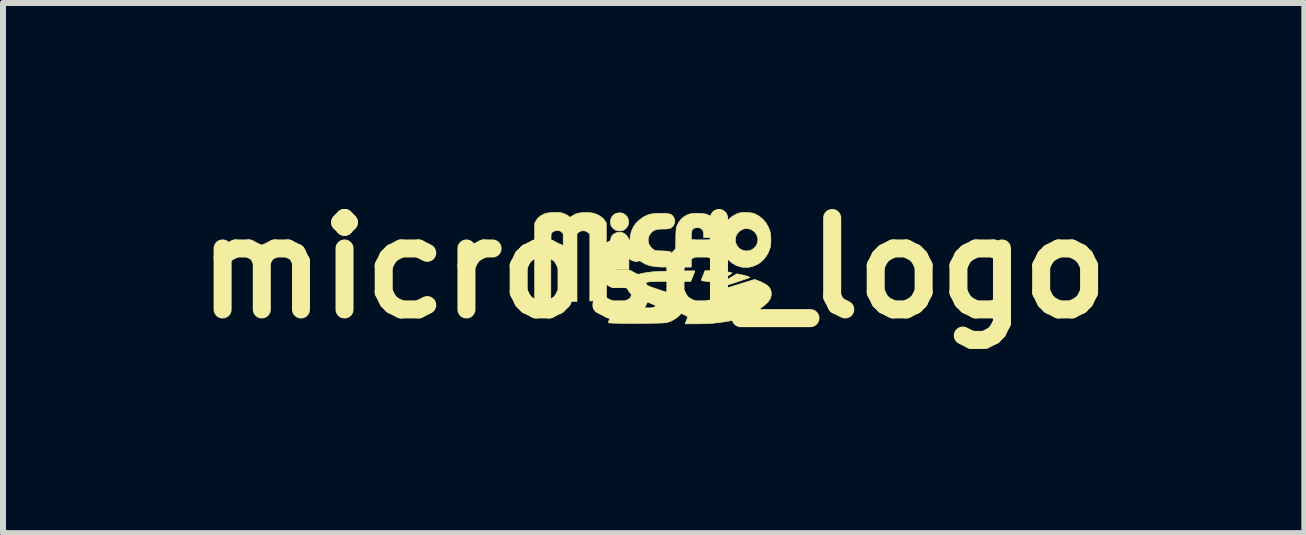
<source format=kicad_pcb>
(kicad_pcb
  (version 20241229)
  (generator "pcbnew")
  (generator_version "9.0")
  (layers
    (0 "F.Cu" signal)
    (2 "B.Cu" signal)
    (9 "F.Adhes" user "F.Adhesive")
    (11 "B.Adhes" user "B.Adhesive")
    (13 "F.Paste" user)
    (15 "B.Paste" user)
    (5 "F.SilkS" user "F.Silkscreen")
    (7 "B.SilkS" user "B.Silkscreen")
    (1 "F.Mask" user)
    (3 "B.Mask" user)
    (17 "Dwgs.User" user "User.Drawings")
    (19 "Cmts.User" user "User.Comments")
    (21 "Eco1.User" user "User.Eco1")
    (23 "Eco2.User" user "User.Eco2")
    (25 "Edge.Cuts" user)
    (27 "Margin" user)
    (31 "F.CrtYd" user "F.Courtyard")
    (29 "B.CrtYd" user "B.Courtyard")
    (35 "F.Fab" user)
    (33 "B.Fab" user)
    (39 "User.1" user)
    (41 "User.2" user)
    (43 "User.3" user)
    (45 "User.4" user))
  (footprint "microsd_logo"
    (layer "F.Cu")
    (at 7.845 1.418)
    (property "Reference" "microsd_logo" (at 0 0 0) (layer "F.SilkS") (effects (font (size 1.524 1.524) (thickness 0.3))))
    (attr through_hole)
    (fp_poly (pts (xy -0.533 -0.594) (xy -0.491 -0.578) (xy -0.456 -0.549) (xy -0.436 -0.523) (xy -0.417 -0.488) (xy -0.414 -0.232) (xy -0.412 0.024) (xy -0.722 0.024) (xy -0.722 -0.228) (xy -0.722 -0.305) (xy -0.721 -0.367) (xy -0.72 -0.417) (xy -0.718 -0.456) (xy -0.714 -0.487) (xy -0.709 -0.51) (xy -0.702 -0.528) (xy -0.693 -0.542) (xy -0.681 -0.553) (xy -0.666 -0.565) (xy -0.666 -0.566) (xy -0.623 -0.589) (xy -0.578 -0.598) (xy -0.533 -0.594)) (stroke (width 0.01) (type solid)) (fill yes) (layer "F.SilkS"))
    (fp_poly (pts (xy -0.531 -0.917) (xy -0.496 -0.905) (xy -0.466 -0.883) (xy -0.466 -0.883) (xy -0.437 -0.848) (xy -0.422 -0.809) (xy -0.418 -0.77) (xy -0.423 -0.724) (xy -0.441 -0.686) (xy -0.466 -0.657) (xy -0.503 -0.632) (xy -0.547 -0.619) (xy -0.593 -0.62) (xy -0.638 -0.634) (xy -0.652 -0.642) (xy -0.687 -0.672) (xy -0.71 -0.708) (xy -0.72 -0.748) (xy -0.72 -0.789) (xy -0.71 -0.828) (xy -0.69 -0.864) (xy -0.661 -0.893) (xy -0.624 -0.912) (xy -0.58 -0.921) (xy -0.574 -0.921) (xy -0.531 -0.917)) (stroke (width 0.01) (type solid)) (fill yes) (layer "F.SilkS"))
    (fp_poly (pts (xy 1.461 0.111) (xy 1.503 0.12) (xy 1.541 0.13) (xy 1.573 0.14) (xy 1.594 0.15) (xy 1.603 0.157) (xy 1.603 0.158) (xy 1.596 0.161) (xy 1.576 0.168) (xy 1.546 0.179) (xy 1.507 0.192) (xy 1.462 0.207) (xy 1.414 0.223) (xy 1.364 0.24) (xy 1.315 0.256) (xy 1.27 0.27) (xy 1.23 0.283) (xy 1.198 0.293) (xy 1.176 0.299) (xy 1.167 0.301) (xy 1.167 0.301) (xy 1.158 0.297) (xy 1.14 0.29) (xy 1.133 0.287) (xy 1.115 0.278) (xy 1.104 0.271) (xy 1.103 0.27) (xy 1.11 0.265) (xy 1.128 0.253) (xy 1.156 0.235) (xy 1.191 0.213) (xy 1.232 0.189) (xy 1.245 0.181) (xy 1.386 0.096) (xy 1.461 0.111)) (stroke (width 0.01) (type solid)) (fill yes) (layer "F.SilkS"))
    (fp_poly (pts (xy 0.986 0.045) (xy 1.034 0.046) (xy 1.085 0.049) (xy 1.136 0.053) (xy 1.184 0.058) (xy 1.228 0.063) (xy 1.264 0.069) (xy 1.29 0.075) (xy 1.304 0.08) (xy 1.305 0.082) (xy 1.299 0.088) (xy 1.282 0.101) (xy 1.256 0.119) (xy 1.224 0.14) (xy 1.189 0.163) (xy 1.153 0.187) (xy 1.118 0.209) (xy 1.086 0.228) (xy 1.062 0.243) (xy 1.046 0.252) (xy 1.042 0.253) (xy 1.032 0.251) (xy 1.01 0.246) (xy 0.982 0.24) (xy 0.972 0.237) (xy 0.932 0.229) (xy 0.889 0.222) (xy 0.851 0.218) (xy 0.818 0.213) (xy 0.799 0.208) (xy 0.794 0.203) (xy 0.797 0.191) (xy 0.805 0.17) (xy 0.816 0.14) (xy 0.825 0.118) (xy 0.856 0.044) (xy 0.986 0.045)) (stroke (width 0.01) (type solid)) (fill yes) (layer "F.SilkS"))
    (fp_poly (pts (xy 1.721 0.203) (xy 1.793 0.232) (xy 1.85 0.261) (xy 1.894 0.29) (xy 1.925 0.32) (xy 1.946 0.354) (xy 1.958 0.391) (xy 1.961 0.429) (xy 1.957 0.467) (xy 1.947 0.503) (xy 1.927 0.538) (xy 1.897 0.574) (xy 1.856 0.612) (xy 1.802 0.655) (xy 1.795 0.661) (xy 1.731 0.707) (xy 1.673 0.746) (xy 1.616 0.778) (xy 1.559 0.805) (xy 1.499 0.827) (xy 1.432 0.846) (xy 1.356 0.864) (xy 1.267 0.881) (xy 1.246 0.885) (xy 1.151 0.9) (xy 1.066 0.911) (xy 0.985 0.92) (xy 0.902 0.925) (xy 0.814 0.928) (xy 0.72 0.929) (xy 0.524 0.929) (xy 0.536 0.899) (xy 0.542 0.882) (xy 0.553 0.854) (xy 0.568 0.816) (xy 0.585 0.772) (xy 0.603 0.724) (xy 0.605 0.718) (xy 0.663 0.568) (xy 0.756 0.562) (xy 0.855 0.553) (xy 0.943 0.538) (xy 1.019 0.518) (xy 1.084 0.492) (xy 1.135 0.462) (xy 1.173 0.428) (xy 1.197 0.389) (xy 1.204 0.363) (xy 1.208 0.336) (xy 1.446 0.262) (xy 1.685 0.189) (xy 1.721 0.203)) (stroke (width 0.01) (type solid)) (fill yes) (layer "F.SilkS"))
    (fp_poly (pts (xy 0.794 -0.911) (xy 0.844 -0.905) (xy 0.882 -0.897) (xy 0.943 -0.87) (xy 0.995 -0.831) (xy 1.039 -0.781) (xy 1.073 -0.724) (xy 1.094 -0.661) (xy 1.103 -0.595) (xy 1.1 -0.544) (xy 1.094 -0.508) (xy 0.833 -0.508) (xy 0.833 -0.556) (xy 0.829 -0.6) (xy 0.816 -0.633) (xy 0.793 -0.657) (xy 0.785 -0.662) (xy 0.756 -0.672) (xy 0.72 -0.674) (xy 0.686 -0.668) (xy 0.675 -0.663) (xy 0.664 -0.657) (xy 0.654 -0.65) (xy 0.646 -0.642) (xy 0.64 -0.63) (xy 0.635 -0.614) (xy 0.632 -0.591) (xy 0.629 -0.561) (xy 0.628 -0.52) (xy 0.627 -0.469) (xy 0.627 -0.406) (xy 0.627 -0.328) (xy 0.627 -0.016) (xy 0.364 -0.016) (xy 0.367 -0.335) (xy 0.368 -0.416) (xy 0.369 -0.483) (xy 0.369 -0.536) (xy 0.371 -0.579) (xy 0.372 -0.613) (xy 0.374 -0.639) (xy 0.376 -0.658) (xy 0.378 -0.673) (xy 0.382 -0.686) (xy 0.385 -0.695) (xy 0.417 -0.762) (xy 0.46 -0.818) (xy 0.513 -0.862) (xy 0.574 -0.893) (xy 0.595 -0.9) (xy 0.634 -0.908) (xy 0.684 -0.912) (xy 0.739 -0.913) (xy 0.794 -0.911)) (stroke (width 0.01) (type solid)) (fill yes) (layer "F.SilkS"))
    (fp_poly (pts (xy -1.57 -0.925) (xy -1.541 -0.921) (xy -1.499 -0.909) (xy -1.46 -0.892) (xy -1.428 -0.873) (xy -1.41 -0.859) (xy -1.402 -0.851) (xy -1.394 -0.848) (xy -1.382 -0.853) (xy -1.363 -0.866) (xy -1.356 -0.87) (xy -1.317 -0.893) (xy -1.277 -0.909) (xy -1.232 -0.919) (xy -1.178 -0.924) (xy -1.131 -0.924) (xy -1.083 -0.924) (xy -1.045 -0.921) (xy -1.013 -0.916) (xy -0.983 -0.908) (xy -0.98 -0.907) (xy -0.922 -0.883) (xy -0.871 -0.851) (xy -0.83 -0.813) (xy -0.814 -0.79) (xy -0.79 -0.751) (xy -0.788 -0.102) (xy -0.785 0.548) (xy -1.064 0.548) (xy -1.064 -0.565) (xy -1.086 -0.587) (xy -1.119 -0.61) (xy -1.157 -0.621) (xy -1.197 -0.621) (xy -1.235 -0.609) (xy -1.259 -0.591) (xy -1.278 -0.572) (xy -1.278 0.556) (xy -1.508 0.556) (xy -1.508 -0.571) (xy -1.53 -0.596) (xy -1.549 -0.613) (xy -1.57 -0.622) (xy -1.593 -0.625) (xy -1.628 -0.623) (xy -1.662 -0.614) (xy -1.69 -0.598) (xy -1.706 -0.58) (xy -1.708 -0.568) (xy -1.71 -0.541) (xy -1.711 -0.498) (xy -1.712 -0.439) (xy -1.713 -0.365) (xy -1.714 -0.276) (xy -1.714 -0.171) (xy -1.714 -0.051) (xy -1.714 -0.008) (xy -1.714 0.548) (xy -1.984 0.548) (xy -1.984 -0.744) (xy -1.962 -0.787) (xy -1.93 -0.831) (xy -1.886 -0.869) (xy -1.831 -0.899) (xy -1.814 -0.906) (xy -1.775 -0.916) (xy -1.726 -0.923) (xy -1.672 -0.927) (xy -1.618 -0.928) (xy -1.57 -0.925)) (stroke (width 0.01) (type solid)) (fill yes) (layer "F.SilkS"))
    (fp_poly (pts (xy 1.573 -0.926) (xy 1.621 -0.92) (xy 1.663 -0.912) (xy 1.682 -0.906) (xy 1.752 -0.869) (xy 1.814 -0.82) (xy 1.867 -0.759) (xy 1.909 -0.69) (xy 1.938 -0.614) (xy 1.941 -0.604) (xy 1.949 -0.56) (xy 1.953 -0.506) (xy 1.954 -0.45) (xy 1.951 -0.396) (xy 1.944 -0.35) (xy 1.941 -0.338) (xy 1.914 -0.264) (xy 1.875 -0.196) (xy 1.826 -0.136) (xy 1.769 -0.086) (xy 1.713 -0.053) (xy 1.642 -0.025) (xy 1.572 -0.011) (xy 1.502 -0.011) (xy 1.447 -0.02) (xy 1.378 -0.043) (xy 1.313 -0.08) (xy 1.254 -0.128) (xy 1.204 -0.187) (xy 1.163 -0.253) (xy 1.135 -0.326) (xy 1.131 -0.338) (xy 1.125 -0.373) (xy 1.121 -0.419) (xy 1.12 -0.47) (xy 1.12 -0.479) (xy 1.361 -0.479) (xy 1.365 -0.43) (xy 1.383 -0.383) (xy 1.415 -0.341) (xy 1.415 -0.34) (xy 1.458 -0.308) (xy 1.507 -0.289) (xy 1.559 -0.285) (xy 1.61 -0.295) (xy 1.635 -0.305) (xy 1.678 -0.335) (xy 1.709 -0.374) (xy 1.729 -0.419) (xy 1.737 -0.466) (xy 1.732 -0.515) (xy 1.713 -0.561) (xy 1.685 -0.6) (xy 1.642 -0.633) (xy 1.595 -0.653) (xy 1.545 -0.659) (xy 1.495 -0.651) (xy 1.448 -0.628) (xy 1.43 -0.614) (xy 1.393 -0.574) (xy 1.37 -0.528) (xy 1.361 -0.479) (xy 1.12 -0.479) (xy 1.12 -0.52) (xy 1.124 -0.565) (xy 1.13 -0.599) (xy 1.13 -0.599) (xy 1.159 -0.679) (xy 1.199 -0.75) (xy 1.25 -0.811) (xy 1.31 -0.862) (xy 1.378 -0.9) (xy 1.441 -0.922) (xy 1.477 -0.927) (xy 1.523 -0.928) (xy 1.573 -0.926)) (stroke (width 0.01) (type solid)) (fill yes) (layer "F.SilkS"))
    (fp_poly (pts (xy 0.184 -0.911) (xy 0.232 -0.908) (xy 0.269 -0.9) (xy 0.297 -0.888) (xy 0.318 -0.87) (xy 0.334 -0.846) (xy 0.346 -0.822) (xy 0.354 -0.782) (xy 0.348 -0.742) (xy 0.326 -0.705) (xy 0.323 -0.701) (xy 0.303 -0.681) (xy 0.283 -0.667) (xy 0.258 -0.658) (xy 0.225 -0.653) (xy 0.182 -0.651) (xy 0.153 -0.651) (xy 0.097 -0.649) (xy 0.054 -0.643) (xy 0.019 -0.633) (xy -0.01 -0.617) (xy -0.034 -0.597) (xy -0.067 -0.556) (xy -0.086 -0.51) (xy -0.092 -0.462) (xy -0.084 -0.413) (xy -0.067 -0.377) (xy -0.047 -0.349) (xy -0.021 -0.324) (xy -0.009 -0.314) (xy 0.005 -0.304) (xy 0.017 -0.298) (xy 0.032 -0.293) (xy 0.052 -0.29) (xy 0.079 -0.288) (xy 0.118 -0.286) (xy 0.142 -0.286) (xy 0.188 -0.284) (xy 0.221 -0.282) (xy 0.245 -0.279) (xy 0.262 -0.276) (xy 0.276 -0.27) (xy 0.289 -0.262) (xy 0.292 -0.26) (xy 0.326 -0.23) (xy 0.345 -0.195) (xy 0.35 -0.171) (xy 0.351 -0.136) (xy 0.347 -0.111) (xy 0.335 -0.089) (xy 0.316 -0.067) (xy 0.293 -0.048) (xy 0.267 -0.034) (xy 0.235 -0.024) (xy 0.197 -0.018) (xy 0.149 -0.017) (xy 0.089 -0.019) (xy 0.024 -0.024) (xy -0.063 -0.039) (xy -0.141 -0.067) (xy -0.212 -0.109) (xy -0.266 -0.156) (xy -0.318 -0.219) (xy -0.357 -0.289) (xy -0.383 -0.364) (xy -0.395 -0.441) (xy -0.392 -0.52) (xy -0.376 -0.598) (xy -0.345 -0.672) (xy -0.326 -0.706) (xy -0.291 -0.751) (xy -0.246 -0.795) (xy -0.196 -0.834) (xy -0.15 -0.862) (xy -0.109 -0.881) (xy -0.069 -0.894) (xy -0.026 -0.904) (xy 0.022 -0.91) (xy 0.081 -0.912) (xy 0.123 -0.913) (xy 0.184 -0.911)) (stroke (width 0.01) (type solid)) (fill yes) (layer "F.SilkS"))
    (fp_poly (pts (xy 0.68 0.066) (xy 0.675 0.081) (xy 0.665 0.107) (xy 0.652 0.139) (xy 0.646 0.154) (xy 0.618 0.222) (xy 0.281 0.222) (xy 0.189 0.222) (xy 0.111 0.223) (xy 0.048 0.224) (xy -0.004 0.225) (xy -0.045 0.227) (xy -0.077 0.23) (xy -0.1 0.234) (xy -0.116 0.238) (xy -0.126 0.243) (xy -0.132 0.25) (xy -0.133 0.252) (xy -0.134 0.262) (xy -0.127 0.273) (xy -0.112 0.284) (xy -0.088 0.297) (xy -0.053 0.312) (xy -0.005 0.329) (xy 0.055 0.35) (xy 0.101 0.365) (xy 0.171 0.388) (xy 0.227 0.408) (xy 0.272 0.425) (xy 0.308 0.439) (xy 0.337 0.453) (xy 0.36 0.467) (xy 0.38 0.481) (xy 0.399 0.497) (xy 0.409 0.507) (xy 0.451 0.556) (xy 0.478 0.605) (xy 0.489 0.653) (xy 0.484 0.701) (xy 0.47 0.735) (xy 0.442 0.775) (xy 0.402 0.814) (xy 0.352 0.85) (xy 0.296 0.881) (xy 0.237 0.903) (xy 0.219 0.909) (xy 0.201 0.911) (xy 0.17 0.914) (xy 0.128 0.916) (xy 0.076 0.917) (xy 0.016 0.919) (xy -0.05 0.92) (xy -0.121 0.921) (xy -0.196 0.922) (xy -0.272 0.922) (xy -0.348 0.922) (xy -0.422 0.922) (xy -0.493 0.921) (xy -0.558 0.921) (xy -0.617 0.919) (xy -0.667 0.918) (xy -0.708 0.916) (xy -0.737 0.914) (xy -0.752 0.912) (xy -0.754 0.911) (xy -0.752 0.9) (xy -0.745 0.877) (xy -0.735 0.845) (xy -0.722 0.804) (xy -0.708 0.762) (xy -0.661 0.623) (xy -0.622 0.625) (xy -0.605 0.626) (xy -0.574 0.629) (xy -0.531 0.632) (xy -0.48 0.636) (xy -0.422 0.641) (xy -0.361 0.646) (xy -0.337 0.648) (xy -0.274 0.653) (xy -0.215 0.657) (xy -0.16 0.66) (xy -0.114 0.663) (xy -0.078 0.664) (xy -0.055 0.664) (xy -0.05 0.663) (xy -0.018 0.658) (xy 0.009 0.65) (xy 0.026 0.642) (xy 0.032 0.635) (xy 0.025 0.625) (xy 0.005 0.613) (xy -0.03 0.596) (xy -0.076 0.577) (xy -0.151 0.547) (xy -0.218 0.517) (xy -0.277 0.49) (xy -0.325 0.465) (xy -0.362 0.443) (xy -0.385 0.425) (xy -0.388 0.422) (xy -0.421 0.378) (xy -0.442 0.331) (xy -0.451 0.284) (xy -0.449 0.239) (xy -0.434 0.2) (xy -0.407 0.167) (xy -0.407 0.167) (xy -0.382 0.151) (xy -0.345 0.135) (xy -0.3 0.118) (xy -0.251 0.103) (xy -0.201 0.091) (xy -0.187 0.088) (xy -0.141 0.079) (xy -0.098 0.073) (xy -0.056 0.067) (xy -0.011 0.062) (xy 0.038 0.059) (xy 0.093 0.056) (xy 0.156 0.054) (xy 0.23 0.052) (xy 0.317 0.051) (xy 0.36 0.05) (xy 0.685 0.046) (xy 0.68 0.066)) (stroke (width 0.01) (type solid)) (fill yes) (layer "F.SilkS")))
  (gr_rect
    (start -3 -3)
    (end 18.69 5.836)
    (stroke (width 0.1) (type default))
    (fill no)
    (layer "Edge.Cuts")))
</source>
